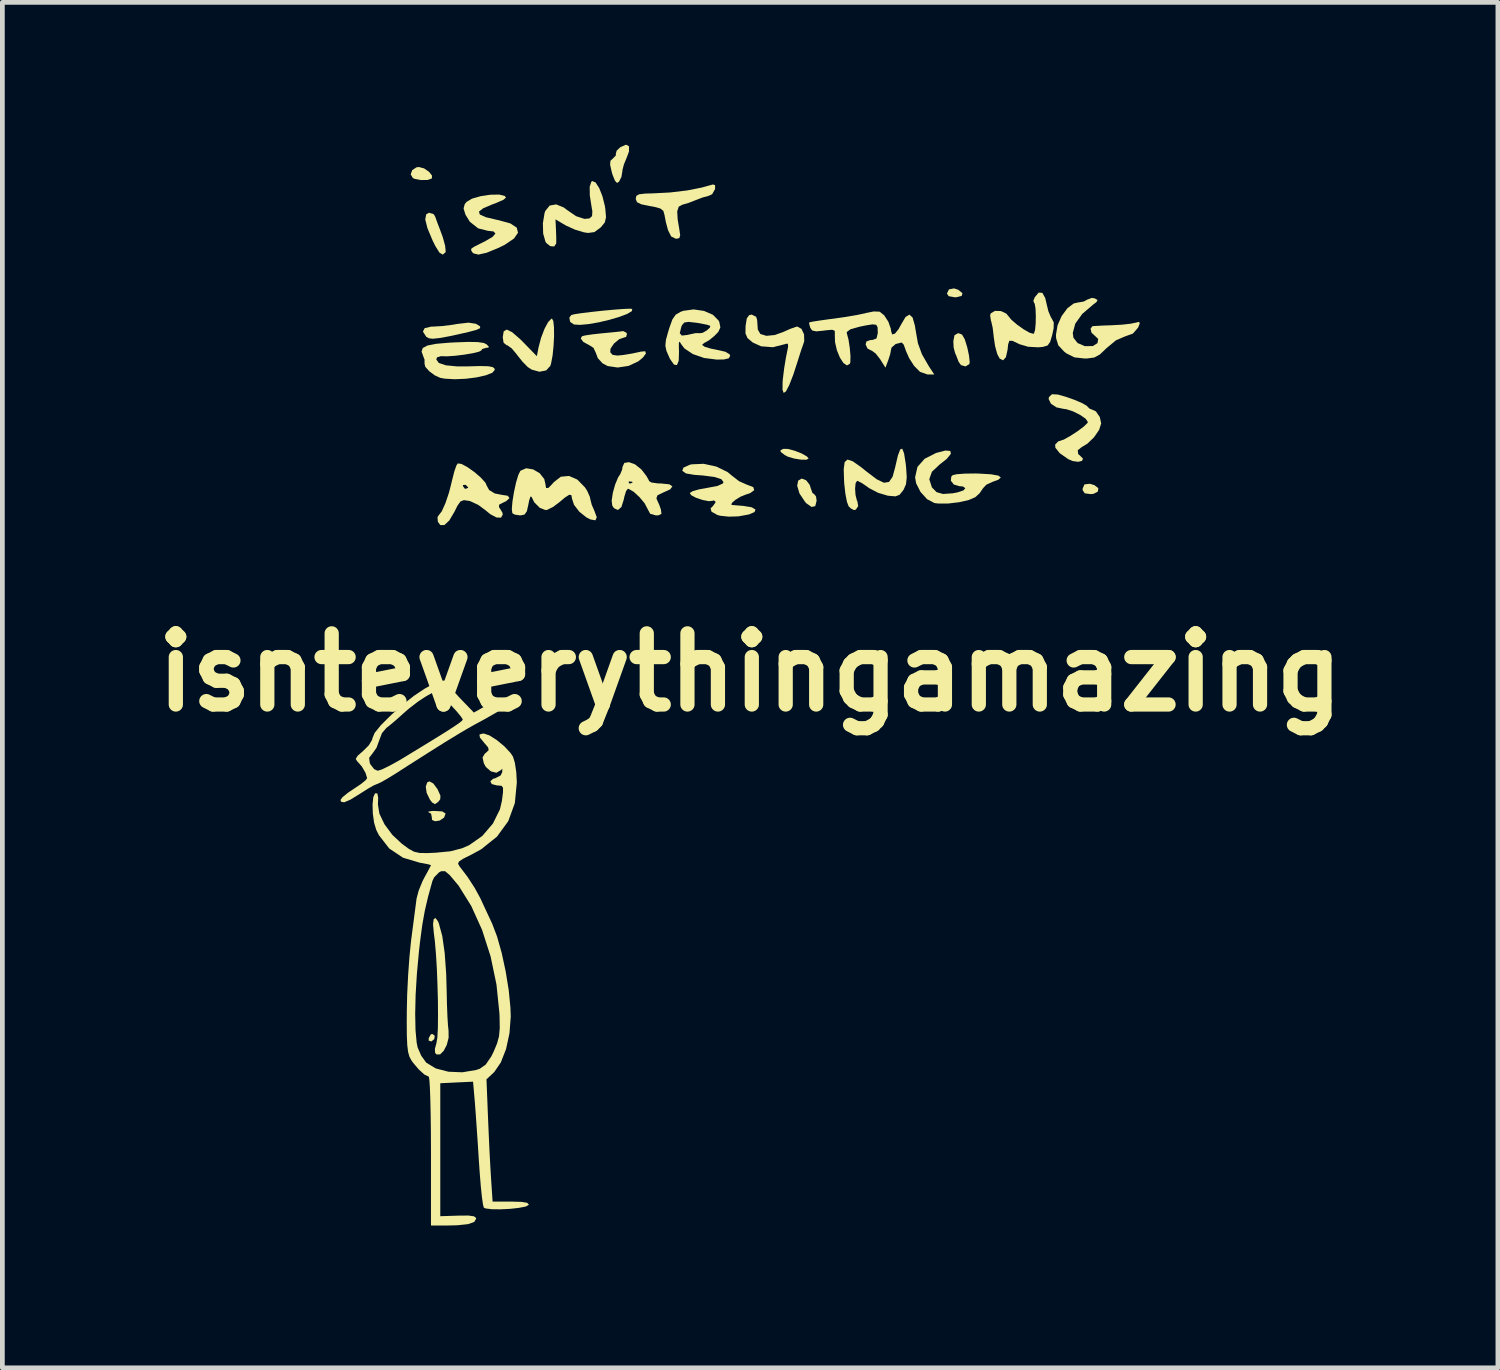
<source format=kicad_pcb>
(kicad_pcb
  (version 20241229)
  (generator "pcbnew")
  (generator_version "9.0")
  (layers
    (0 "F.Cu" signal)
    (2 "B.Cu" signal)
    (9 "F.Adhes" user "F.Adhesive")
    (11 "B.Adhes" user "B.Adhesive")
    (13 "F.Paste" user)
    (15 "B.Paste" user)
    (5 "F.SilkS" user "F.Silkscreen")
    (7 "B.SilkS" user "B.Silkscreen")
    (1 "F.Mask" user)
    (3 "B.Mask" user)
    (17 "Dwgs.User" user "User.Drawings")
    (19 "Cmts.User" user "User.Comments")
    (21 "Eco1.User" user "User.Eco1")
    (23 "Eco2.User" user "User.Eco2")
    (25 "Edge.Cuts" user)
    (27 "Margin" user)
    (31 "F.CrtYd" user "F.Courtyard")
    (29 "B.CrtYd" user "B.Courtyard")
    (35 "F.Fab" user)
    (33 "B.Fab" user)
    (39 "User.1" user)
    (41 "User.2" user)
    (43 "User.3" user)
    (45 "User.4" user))
  (footprint "isnteverythingamazing"
    (layer "F.Cu")
    (at 12.764 11.124)
    (property "Reference" "isnteverythingamazing" (at 0 0 0) (layer "F.SilkS") (effects (font (size 1.5 1.5) (thickness 0.3))))
    (attr board_only exclude_from_pos_files exclude_from_bom)
    (fp_poly (pts (xy -6.648 7.662) (xy -6.66 7.734) (xy -6.72 7.782) (xy -6.776 7.765) (xy -6.776 7.713) (xy -6.732 7.634) (xy -6.7 7.623)) (stroke (width 0) (type solid)) (fill yes) (layer "F.SilkS"))
    (fp_poly (pts (xy 4.388 -8.065) (xy 4.476 -7.993) (xy 4.46 -7.935) (xy 4.346 -7.907) (xy 4.317 -7.906) (xy 4.187 -7.93) (xy 4.149 -7.985) (xy 4.192 -8.073) (xy 4.299 -8.094)) (stroke (width 0) (type solid)) (fill yes) (layer "F.SilkS"))
    (fp_poly (pts (xy 7.257 -3.947) (xy 7.341 -3.882) (xy 7.332 -3.811) (xy 7.241 -3.763) (xy 7.177 -3.757) (xy 7.054 -3.774) (xy 7.011 -3.84) (xy 7.009 -3.869) (xy 7.048 -3.962) (xy 7.162 -3.975)) (stroke (width 0) (type solid)) (fill yes) (layer "F.SilkS"))
    (fp_poly (pts (xy -6.874 -10.624) (xy -6.77 -10.553) (xy -6.706 -10.472) (xy -6.71 -10.411) (xy -6.8 -10.38) (xy -6.94 -10.378) (xy -7.071 -10.403) (xy -7.109 -10.42) (xy -7.156 -10.498) (xy -7.124 -10.587) (xy -7.034 -10.646) (xy -6.983 -10.653)) (stroke (width 0) (type solid)) (fill yes) (layer "F.SilkS"))
    (fp_poly (pts (xy -6.679 2.344) (xy -6.595 2.456) (xy -6.585 2.474) (xy -6.529 2.6) (xy -6.533 2.676) (xy -6.576 2.732) (xy -6.644 2.779) (xy -6.704 2.744) (xy -6.75 2.684) (xy -6.819 2.543) (xy -6.838 2.41) (xy -6.807 2.319) (xy -6.758 2.299)) (stroke (width 0) (type solid)) (fill yes) (layer "F.SilkS"))
    (fp_poly (pts (xy -6.492 2.932) (xy -6.42 2.976) (xy -6.45 3.058) (xy -6.455 3.065) (xy -6.542 3.124) (xy -6.64 3.14) (xy -6.706 3.112) (xy -6.71 3.059) (xy -6.726 2.979) (xy -6.774 2.954) (xy -6.788 2.937) (xy -6.709 2.924) (xy -6.668 2.922)) (stroke (width 0) (type solid)) (fill yes) (layer "F.SilkS"))
    (fp_poly (pts (xy 0.799 -4.709) (xy 0.938 -4.672) (xy 1.084 -4.615) (xy 1.195 -4.553) (xy 1.234 -4.508) (xy 1.187 -4.482) (xy 1.072 -4.484) (xy 0.928 -4.507) (xy 0.794 -4.547) (xy 0.732 -4.58) (xy 0.643 -4.648) (xy 0.643 -4.685) (xy 0.705 -4.712)) (stroke (width 0) (type solid)) (fill yes) (layer "F.SilkS"))
    (fp_poly (pts (xy 1.181 -4.049) (xy 1.256 -3.953) (xy 1.28 -3.877) (xy 1.314 -3.782) (xy 1.35 -3.757) (xy 1.389 -3.709) (xy 1.402 -3.617) (xy 1.373 -3.504) (xy 1.296 -3.486) (xy 1.185 -3.564) (xy 1.159 -3.593) (xy 1.041 -3.77) (xy 0.992 -3.933) (xy 1.013 -4.042) (xy 1.088 -4.085)) (stroke (width 0) (type solid)) (fill yes) (layer "F.SilkS"))
    (fp_poly (pts (xy -6.672 -9.66) (xy -6.639 -9.606) (xy -6.589 -9.466) (xy -6.56 -9.392) (xy -6.48 -9.176) (xy -6.43 -8.995) (xy -6.418 -8.876) (xy -6.424 -8.853) (xy -6.481 -8.806) (xy -6.549 -8.848) (xy -6.635 -8.985) (xy -6.691 -9.097) (xy -6.803 -9.364) (xy -6.849 -9.548) (xy -6.829 -9.655) (xy -6.77 -9.689)) (stroke (width 0) (type solid)) (fill yes) (layer "F.SilkS"))
    (fp_poly (pts (xy 4.467 -7.121) (xy 4.525 -7.021) (xy 4.578 -6.85) (xy 4.615 -6.675) (xy 4.629 -6.544) (xy 4.623 -6.499) (xy 4.541 -6.449) (xy 4.445 -6.477) (xy 4.396 -6.546) (xy 4.344 -6.681) (xy 4.322 -6.729) (xy 4.291 -6.845) (xy 4.284 -6.981) (xy 4.308 -7.106) (xy 4.38 -7.148) (xy 4.395 -7.149)) (stroke (width 0) (type solid)) (fill yes) (layer "F.SilkS"))
    (fp_poly (pts (xy -2.484 -7.661) (xy -2.495 -7.613) (xy -2.594 -7.555) (xy -2.757 -7.493) (xy -2.962 -7.433) (xy -3.183 -7.38) (xy -3.4 -7.342) (xy -3.587 -7.325) (xy -3.715 -7.333) (xy -3.795 -7.389) (xy -3.811 -7.478) (xy -3.771 -7.532) (xy -3.696 -7.551) (xy -3.542 -7.574) (xy -3.335 -7.599) (xy -3.104 -7.624) (xy -2.875 -7.645) (xy -2.677 -7.66) (xy -2.537 -7.666)) (stroke (width 0) (type solid)) (fill yes) (layer "F.SilkS"))
    (fp_poly (pts (xy -2.553 -11.09) (xy -2.554 -10.979) (xy -2.599 -10.858) (xy -2.66 -10.709) (xy -2.691 -10.593) (xy -2.691 -10.579) (xy -2.713 -10.444) (xy -2.764 -10.343) (xy -2.807 -10.317) (xy -2.85 -10.366) (xy -2.9 -10.489) (xy -2.918 -10.55) (xy -2.952 -10.703) (xy -2.944 -10.786) (xy -2.891 -10.834) (xy -2.83 -10.898) (xy -2.831 -10.933) (xy -2.814 -10.997) (xy -2.737 -11.07) (xy -2.616 -11.124)) (stroke (width 0) (type solid)) (fill yes) (layer "F.SilkS"))
    (fp_poly (pts (xy -5.783 -7.348) (xy -5.766 -7.34) (xy -5.694 -7.294) (xy -5.691 -7.256) (xy -5.768 -7.22) (xy -5.937 -7.175) (xy -6.036 -7.152) (xy -6.336 -7.086) (xy -6.546 -7.048) (xy -6.685 -7.033) (xy -6.772 -7.042) (xy -6.825 -7.072) (xy -6.829 -7.076) (xy -6.898 -7.183) (xy -6.862 -7.255) (xy -6.726 -7.288) (xy -6.68 -7.289) (xy -6.492 -7.3) (xy -6.267 -7.328) (xy -6.171 -7.345) (xy -5.936 -7.372)) (stroke (width 0) (type solid)) (fill yes) (layer "F.SilkS"))
    (fp_poly (pts (xy -6.58 5.251) (xy -6.561 5.298) (xy -6.49 5.559) (xy -6.439 5.918) (xy -6.407 6.365) (xy -6.397 6.728) (xy -6.391 7.005) (xy -6.381 7.256) (xy -6.369 7.452) (xy -6.358 7.549) (xy -6.356 7.703) (xy -6.395 7.855) (xy -6.46 7.98) (xy -6.536 8.055) (xy -6.611 8.056) (xy -6.641 8.023) (xy -6.646 7.939) (xy -6.612 7.813) (xy -6.594 7.703) (xy -6.583 7.504) (xy -6.58 7.238) (xy -6.582 6.926) (xy -6.591 6.592) (xy -6.604 6.256) (xy -6.623 5.942) (xy -6.646 5.671) (xy -6.669 5.486) (xy -6.685 5.309) (xy -6.67 5.202) (xy -6.633 5.179)) (stroke (width 0) (type solid)) (fill yes) (layer "F.SilkS"))
    (fp_poly (pts (xy -4.149 -7.407) (xy -4.135 -7.274) (xy -4.133 -7.09) (xy -4.144 -6.882) (xy -4.164 -6.682) (xy -4.195 -6.517) (xy -4.211 -6.462) (xy -4.299 -6.365) (xy -4.442 -6.337) (xy -4.603 -6.381) (xy -4.687 -6.435) (xy -4.798 -6.548) (xy -4.916 -6.696) (xy -4.929 -6.714) (xy -5.028 -6.831) (xy -5.117 -6.894) (xy -5.134 -6.897) (xy -5.197 -6.947) (xy -5.215 -7.065) (xy -5.195 -7.189) (xy -5.131 -7.226) (xy -5.019 -7.172) (xy -4.852 -7.028) (xy -4.773 -6.949) (xy -4.496 -6.665) (xy -4.46 -6.851) (xy -4.407 -7.052) (xy -4.336 -7.239) (xy -4.259 -7.383) (xy -4.191 -7.454) (xy -4.177 -7.457)) (stroke (width 0) (type solid)) (fill yes) (layer "F.SilkS"))
    (fp_poly (pts (xy -2.61 -7.161) (xy -2.596 -7.135) (xy -2.614 -7.071) (xy -2.645 -7.063) (xy -2.76 -7.023) (xy -2.871 -6.931) (xy -2.943 -6.823) (xy -2.949 -6.749) (xy -2.9 -6.693) (xy -2.796 -6.678) (xy -2.676 -6.69) (xy -2.492 -6.72) (xy -2.332 -6.754) (xy -2.305 -6.761) (xy -2.211 -6.769) (xy -2.197 -6.721) (xy -2.26 -6.636) (xy -2.359 -6.555) (xy -2.563 -6.46) (xy -2.792 -6.426) (xy -3.003 -6.457) (xy -3.111 -6.514) (xy -3.211 -6.624) (xy -3.252 -6.734) (xy -3.302 -6.84) (xy -3.387 -6.895) (xy -3.515 -6.964) (xy -3.57 -7.037) (xy -3.545 -7.085) (xy -3.47 -7.104) (xy -3.316 -7.126) (xy -3.117 -7.148) (xy -3.116 -7.148) (xy -2.915 -7.167) (xy -2.757 -7.183) (xy -2.677 -7.194)) (stroke (width 0) (type solid)) (fill yes) (layer "F.SilkS"))
    (fp_poly (pts (xy -0.738 -10.27) (xy -0.739 -10.194) (xy -0.739 -10.189) (xy -0.8 -10.08) (xy -0.869 -10.047) (xy -1.001 -10.011) (xy -1.149 -9.954) (xy -1.304 -9.894) (xy -1.43 -9.858) (xy -1.505 -9.817) (xy -1.537 -9.718) (xy -1.527 -9.544) (xy -1.494 -9.35) (xy -1.474 -9.212) (xy -1.494 -9.153) (xy -1.563 -9.14) (xy -1.664 -9.188) (xy -1.731 -9.322) (xy -1.777 -9.495) (xy -1.805 -9.644) (xy -1.83 -9.729) (xy -1.896 -9.78) (xy -2.033 -9.816) (xy -2.117 -9.83) (xy -2.294 -9.867) (xy -2.384 -9.911) (xy -2.411 -9.977) (xy -2.411 -9.985) (xy -2.398 -10.045) (xy -2.341 -10.078) (xy -2.215 -10.093) (xy -2.061 -10.097) (xy -1.69 -10.116) (xy -1.327 -10.159) (xy -1.015 -10.221) (xy -0.908 -10.251) (xy -0.784 -10.285)) (stroke (width 0) (type solid)) (fill yes) (layer "F.SilkS"))
    (fp_poly (pts (xy -5.174 -10.044) (xy -5.147 -10.008) (xy -5.199 -9.963) (xy -5.342 -9.9) (xy -5.43 -9.867) (xy -5.626 -9.784) (xy -5.716 -9.714) (xy -5.699 -9.652) (xy -5.573 -9.595) (xy -5.336 -9.539) (xy -5.301 -9.532) (xy -5.055 -9.464) (xy -4.92 -9.375) (xy -4.893 -9.268) (xy -4.976 -9.147) (xy -5.168 -9.016) (xy -5.305 -8.948) (xy -5.556 -8.845) (xy -5.728 -8.807) (xy -5.833 -8.832) (xy -5.862 -8.863) (xy -5.883 -8.902) (xy -5.876 -8.933) (xy -5.818 -8.972) (xy -5.69 -9.037) (xy -5.595 -9.084) (xy -5.431 -9.179) (xy -5.369 -9.251) (xy -5.41 -9.295) (xy -5.528 -9.308) (xy -5.734 -9.36) (xy -5.909 -9.499) (xy -6.001 -9.648) (xy -6.041 -9.779) (xy -6.017 -9.869) (xy -5.977 -9.918) (xy -5.863 -9.986) (xy -5.681 -10.038) (xy -5.474 -10.069) (xy -5.288 -10.072)) (stroke (width 0) (type solid)) (fill yes) (layer "F.SilkS"))
    (fp_poly (pts (xy -3.258 -10.327) (xy -3.183 -10.212) (xy -3.114 -10.038) (xy -3.062 -9.831) (xy -3.052 -9.764) (xy -3.038 -9.594) (xy -3.063 -9.485) (xy -3.141 -9.389) (xy -3.16 -9.371) (xy -3.284 -9.281) (xy -3.417 -9.263) (xy -3.503 -9.276) (xy -3.69 -9.332) (xy -3.882 -9.419) (xy -3.903 -9.431) (xy -4.103 -9.549) (xy -4.093 -9.33) (xy -4.087 -9.171) (xy -4.087 -9.055) (xy -4.088 -9.041) (xy -4.13 -8.978) (xy -4.214 -8.984) (xy -4.298 -9.053) (xy -4.315 -9.08) (xy -4.363 -9.249) (xy -4.369 -9.468) (xy -4.334 -9.68) (xy -4.319 -9.725) (xy -4.227 -9.84) (xy -4.089 -9.865) (xy -3.927 -9.799) (xy -3.863 -9.75) (xy -3.67 -9.617) (xy -3.492 -9.559) (xy -3.388 -9.569) (xy -3.332 -9.618) (xy -3.326 -9.72) (xy -3.341 -9.806) (xy -3.38 -10.055) (xy -3.382 -10.24) (xy -3.347 -10.344) (xy -3.328 -10.357)) (stroke (width 0) (type solid)) (fill yes) (layer "F.SilkS"))
    (fp_poly (pts (xy 0.127 -7.496) (xy 0.148 -7.429) (xy 0.158 -7.286) (xy 0.162 -7.225) (xy 0.216 -7.133) (xy 0.343 -7.094) (xy 0.52 -7.111) (xy 0.696 -7.175) (xy 0.851 -7.243) (xy 0.968 -7.284) (xy 0.997 -7.289) (xy 1.083 -7.241) (xy 1.137 -7.125) (xy 1.141 -6.986) (xy 1.129 -6.942) (xy 1.08 -6.803) (xy 1.023 -6.625) (xy 1.012 -6.588) (xy 0.911 -6.277) (xy 0.824 -6.054) (xy 0.756 -5.924) (xy 0.708 -5.89) (xy 0.683 -5.956) (xy 0.685 -6.125) (xy 0.69 -6.182) (xy 0.718 -6.411) (xy 0.756 -6.642) (xy 0.772 -6.718) (xy 0.801 -6.865) (xy 0.797 -6.927) (xy 0.754 -6.926) (xy 0.736 -6.919) (xy 0.481 -6.854) (xy 0.232 -6.873) (xy 0.056 -6.953) (xy -0.055 -7.046) (xy -0.098 -7.145) (xy -0.096 -7.3) (xy -0.095 -7.309) (xy -0.07 -7.462) (xy -0.021 -7.53) (xy 0.033 -7.542)) (stroke (width 0) (type solid)) (fill yes) (layer "F.SilkS"))
    (fp_poly (pts (xy 6.489 -5.856) (xy 6.659 -5.808) (xy 6.839 -5.744) (xy 6.996 -5.677) (xy 7.098 -5.619) (xy 7.121 -5.593) (xy 7.165 -5.553) (xy 7.181 -5.551) (xy 7.289 -5.502) (xy 7.372 -5.382) (xy 7.401 -5.249) (xy 7.358 -5.112) (xy 7.251 -4.956) (xy 7.11 -4.82) (xy 6.993 -4.75) (xy 6.907 -4.682) (xy 6.917 -4.601) (xy 6.953 -4.57) (xy 7.018 -4.504) (xy 6.997 -4.458) (xy 6.917 -4.438) (xy 6.802 -4.454) (xy 6.707 -4.494) (xy 6.526 -4.621) (xy 6.435 -4.735) (xy 6.431 -4.802) (xy 6.498 -4.871) (xy 6.529 -4.878) (xy 6.615 -4.908) (xy 6.748 -4.982) (xy 6.896 -5.078) (xy 7.028 -5.176) (xy 7.109 -5.253) (xy 7.121 -5.277) (xy 7.074 -5.346) (xy 6.957 -5.427) (xy 6.809 -5.501) (xy 6.667 -5.547) (xy 6.616 -5.553) (xy 6.46 -5.585) (xy 6.342 -5.663) (xy 6.293 -5.762) (xy 6.3 -5.802) (xy 6.363 -5.863)) (stroke (width 0) (type solid)) (fill yes) (layer "F.SilkS"))
    (fp_poly (pts (xy 3.245 -4.618) (xy 3.279 -4.409) (xy 3.288 -4.329) (xy 3.302 -4.112) (xy 3.286 -3.965) (xy 3.235 -3.849) (xy 3.226 -3.837) (xy 3.151 -3.743) (xy 3.064 -3.71) (xy 2.919 -3.722) (xy 2.898 -3.725) (xy 2.697 -3.785) (xy 2.508 -3.884) (xy 2.487 -3.9) (xy 2.361 -3.987) (xy 2.27 -4.034) (xy 2.256 -4.037) (xy 2.224 -3.989) (xy 2.213 -3.875) (xy 2.222 -3.739) (xy 2.251 -3.624) (xy 2.262 -3.603) (xy 2.278 -3.504) (xy 2.229 -3.43) (xy 2.19 -3.42) (xy 2.12 -3.458) (xy 2.076 -3.502) (xy 2.041 -3.595) (xy 2.008 -3.766) (xy 1.984 -3.983) (xy 1.981 -4.035) (xy 1.973 -4.284) (xy 1.993 -4.432) (xy 2.053 -4.486) (xy 2.164 -4.449) (xy 2.337 -4.327) (xy 2.457 -4.231) (xy 2.669 -4.07) (xy 2.822 -3.997) (xy 2.929 -4.014) (xy 3.003 -4.122) (xy 3.059 -4.325) (xy 3.06 -4.333) (xy 3.116 -4.572) (xy 3.164 -4.699) (xy 3.207 -4.715)) (stroke (width 0) (type solid)) (fill yes) (layer "F.SilkS"))
    (fp_poly (pts (xy -5.739 -6.962) (xy -5.612 -6.943) (xy -5.553 -6.913) (xy -5.502 -6.856) (xy -5.546 -6.841) (xy -5.567 -6.841) (xy -5.649 -6.816) (xy -5.663 -6.789) (xy -5.714 -6.76) (xy -5.844 -6.728) (xy -6.022 -6.698) (xy -6.215 -6.674) (xy -6.39 -6.662) (xy -6.517 -6.665) (xy -6.518 -6.665) (xy -6.601 -6.64) (xy -6.616 -6.596) (xy -6.563 -6.522) (xy -6.411 -6.472) (xy -6.17 -6.449) (xy -5.955 -6.45) (xy -5.692 -6.457) (xy -5.522 -6.453) (xy -5.426 -6.435) (xy -5.387 -6.402) (xy -5.383 -6.377) (xy -5.434 -6.316) (xy -5.571 -6.262) (xy -5.767 -6.218) (xy -5.994 -6.189) (xy -6.227 -6.179) (xy -6.438 -6.191) (xy -6.532 -6.208) (xy -6.649 -6.261) (xy -6.765 -6.348) (xy -6.848 -6.441) (xy -6.865 -6.51) (xy -6.864 -6.511) (xy -6.864 -6.593) (xy -6.89 -6.66) (xy -6.926 -6.763) (xy -6.901 -6.838) (xy -6.802 -6.89) (xy -6.618 -6.926) (xy -6.336 -6.95) (xy -6.24 -6.955) (xy -5.942 -6.966)) (stroke (width 0) (type solid)) (fill yes) (layer "F.SilkS"))
    (fp_poly (pts (xy 4.221 -4.667) (xy 4.232 -4.606) (xy 4.146 -4.5) (xy 3.998 -4.383) (xy 3.833 -4.229) (xy 3.777 -4.072) (xy 3.83 -3.906) (xy 3.837 -3.894) (xy 3.932 -3.798) (xy 4.066 -3.76) (xy 4.268 -3.774) (xy 4.367 -3.792) (xy 4.497 -3.835) (xy 4.538 -3.883) (xy 4.485 -3.918) (xy 4.408 -3.925) (xy 4.295 -3.959) (xy 4.232 -4.039) (xy 4.24 -4.125) (xy 4.273 -4.158) (xy 4.36 -4.177) (xy 4.527 -4.189) (xy 4.744 -4.192) (xy 4.822 -4.19) (xy 5.078 -4.175) (xy 5.234 -4.147) (xy 5.285 -4.108) (xy 5.231 -4.059) (xy 5.108 -4.015) (xy 4.978 -3.954) (xy 4.906 -3.876) (xy 4.906 -3.875) (xy 4.839 -3.776) (xy 4.747 -3.692) (xy 4.61 -3.633) (xy 4.405 -3.586) (xy 4.177 -3.559) (xy 3.969 -3.558) (xy 3.885 -3.569) (xy 3.731 -3.65) (xy 3.593 -3.802) (xy 3.5 -3.985) (xy 3.478 -4.111) (xy 3.528 -4.331) (xy 3.679 -4.502) (xy 3.921 -4.625) (xy 4.117 -4.676)) (stroke (width 0) (type solid)) (fill yes) (layer "F.SilkS"))
    (fp_poly (pts (xy -4.574 -4.278) (xy -4.435 -4.196) (xy -4.34 -4.075) (xy -4.317 -3.977) (xy -4.302 -3.885) (xy -4.25 -3.889) (xy -4.154 -3.99) (xy -4.139 -4.009) (xy -3.991 -4.124) (xy -3.818 -4.14) (xy -3.642 -4.063) (xy -3.481 -3.898) (xy -3.434 -3.825) (xy -3.38 -3.703) (xy -3.364 -3.631) (xy -3.339 -3.533) (xy -3.285 -3.41) (xy -3.233 -3.269) (xy -3.261 -3.205) (xy -3.366 -3.223) (xy -3.448 -3.264) (xy -3.6 -3.385) (xy -3.713 -3.532) (xy -3.755 -3.659) (xy -3.768 -3.735) (xy -3.813 -3.744) (xy -3.908 -3.682) (xy -4.018 -3.589) (xy -4.156 -3.486) (xy -4.277 -3.426) (xy -4.311 -3.42) (xy -4.435 -3.468) (xy -4.551 -3.585) (xy -4.609 -3.701) (xy -4.632 -3.704) (xy -4.66 -3.617) (xy -4.673 -3.546) (xy -4.707 -3.395) (xy -4.757 -3.325) (xy -4.845 -3.308) (xy -4.847 -3.308) (xy -4.963 -3.325) (xy -5.013 -3.355) (xy -5.024 -3.444) (xy -5.01 -3.605) (xy -4.978 -3.802) (xy -4.935 -3.999) (xy -4.887 -4.16) (xy -4.843 -4.249) (xy -4.721 -4.302)) (stroke (width 0) (type solid)) (fill yes) (layer "F.SilkS"))
    (fp_poly (pts (xy 6.161 -8) (xy 6.222 -7.89) (xy 6.247 -7.781) (xy 6.288 -7.612) (xy 6.343 -7.482) (xy 6.359 -7.459) (xy 6.401 -7.377) (xy 6.399 -7.255) (xy 6.371 -7.121) (xy 6.326 -6.967) (xy 6.271 -6.89) (xy 6.17 -6.86) (xy 6.073 -6.852) (xy 5.86 -6.864) (xy 5.673 -6.919) (xy 5.669 -6.922) (xy 5.532 -6.988) (xy 5.465 -6.99) (xy 5.439 -6.911) (xy 5.428 -6.803) (xy 5.393 -6.644) (xy 5.333 -6.578) (xy 5.262 -6.614) (xy 5.21 -6.71) (xy 5.165 -6.875) (xy 5.136 -7.069) (xy 5.134 -7.093) (xy 5.114 -7.262) (xy 5.084 -7.395) (xy 5.077 -7.413) (xy 5.06 -7.523) (xy 5.073 -7.567) (xy 5.162 -7.62) (xy 5.289 -7.616) (xy 5.402 -7.562) (xy 5.434 -7.523) (xy 5.508 -7.433) (xy 5.63 -7.328) (xy 5.769 -7.23) (xy 5.893 -7.159) (xy 5.974 -7.137) (xy 5.983 -7.142) (xy 6.007 -7.215) (xy 6.02 -7.352) (xy 6.023 -7.515) (xy 6.017 -7.667) (xy 6 -7.771) (xy 5.984 -7.794) (xy 5.971 -7.834) (xy 6 -7.906) (xy 6.083 -8.006)) (stroke (width 0) (type solid)) (fill yes) (layer "F.SilkS"))
    (fp_poly (pts (xy 7.267 -7.883) (xy 7.325 -7.849) (xy 7.3 -7.804) (xy 7.232 -7.753) (xy 7.002 -7.556) (xy 6.855 -7.351) (xy 6.802 -7.154) (xy 6.816 -7.054) (xy 6.904 -6.942) (xy 7.055 -6.877) (xy 7.223 -6.878) (xy 7.227 -6.879) (xy 7.324 -6.941) (xy 7.338 -7.028) (xy 7.264 -7.099) (xy 7.261 -7.101) (xy 7.196 -7.162) (xy 7.177 -7.246) (xy 7.217 -7.297) (xy 7.219 -7.298) (xy 7.293 -7.303) (xy 7.445 -7.311) (xy 7.626 -7.317) (xy 7.837 -7.329) (xy 8.019 -7.349) (xy 8.117 -7.369) (xy 8.203 -7.389) (xy 8.213 -7.35) (xy 8.178 -7.266) (xy 8.07 -7.141) (xy 7.915 -7.086) (xy 7.713 -7) (xy 7.512 -6.833) (xy 7.374 -6.701) (xy 7.256 -6.637) (xy 7.108 -6.617) (xy 7.05 -6.616) (xy 6.836 -6.64) (xy 6.667 -6.725) (xy 6.621 -6.761) (xy 6.497 -6.894) (xy 6.451 -7.043) (xy 6.448 -7.115) (xy 6.481 -7.315) (xy 6.568 -7.512) (xy 6.689 -7.676) (xy 6.822 -7.776) (xy 6.898 -7.794) (xy 7.033 -7.817) (xy 7.106 -7.857) (xy 7.206 -7.894)) (stroke (width 0) (type solid)) (fill yes) (layer "F.SilkS"))
    (fp_poly (pts (xy -2.429 -4.386) (xy -2.298 -4.282) (xy -2.276 -4.257) (xy -2.184 -4.136) (xy -2.134 -4.047) (xy -2.131 -4.033) (xy -2.081 -4.002) (xy -1.953 -3.984) (xy -1.874 -3.981) (xy -1.703 -3.964) (xy -1.639 -3.92) (xy -1.684 -3.858) (xy -1.836 -3.789) (xy -1.954 -3.732) (xy -1.976 -3.668) (xy -1.966 -3.645) (xy -1.912 -3.522) (xy -1.881 -3.434) (xy -1.869 -3.341) (xy -1.932 -3.31) (xy -1.986 -3.308) (xy -2.107 -3.342) (xy -2.164 -3.449) (xy -2.223 -3.562) (xy -2.331 -3.692) (xy -2.453 -3.805) (xy -2.558 -3.866) (xy -2.579 -3.869) (xy -2.616 -3.819) (xy -2.653 -3.696) (xy -2.663 -3.645) (xy -2.713 -3.486) (xy -2.786 -3.422) (xy -2.868 -3.459) (xy -2.906 -3.514) (xy -2.919 -3.618) (xy -2.895 -3.782) (xy -2.845 -3.961) (xy -2.821 -4.018) (xy -2.561 -4.018) (xy -2.553 -3.985) (xy -2.523 -3.981) (xy -2.477 -4.002) (xy -2.486 -4.018) (xy -2.552 -4.025) (xy -2.561 -4.018) (xy -2.821 -4.018) (xy -2.781 -4.114) (xy -2.74 -4.174) (xy -2.698 -4.273) (xy -2.691 -4.329) (xy -2.653 -4.414) (xy -2.556 -4.431)) (stroke (width 0) (type solid)) (fill yes) (layer "F.SilkS"))
    (fp_poly (pts (xy -6.086 -4.394) (xy -5.96 -4.326) (xy -5.814 -4.223) (xy -5.678 -4.106) (xy -5.581 -3.999) (xy -5.551 -3.932) (xy -5.502 -3.843) (xy -5.384 -3.771) (xy -5.241 -3.743) (xy -5.108 -3.722) (xy -5.074 -3.671) (xy -5.144 -3.608) (xy -5.192 -3.586) (xy -5.292 -3.534) (xy -5.294 -3.48) (xy -5.28 -3.463) (xy -5.221 -3.364) (xy -5.215 -3.325) (xy -5.252 -3.26) (xy -5.348 -3.265) (xy -5.48 -3.335) (xy -5.576 -3.415) (xy -5.732 -3.53) (xy -5.897 -3.607) (xy -5.927 -3.615) (xy -6.034 -3.63) (xy -6.105 -3.603) (xy -6.169 -3.514) (xy -6.235 -3.382) (xy -6.343 -3.2) (xy -6.446 -3.105) (xy -6.533 -3.105) (xy -6.583 -3.175) (xy -6.591 -3.271) (xy -6.57 -3.304) (xy -6.501 -3.394) (xy -6.423 -3.567) (xy -6.347 -3.793) (xy -6.313 -3.928) (xy -6.056 -3.928) (xy -6.015 -3.871) (xy -6 -3.869) (xy -5.945 -3.888) (xy -5.943 -3.894) (xy -5.983 -3.941) (xy -6 -3.953) (xy -6.051 -3.949) (xy -6.056 -3.928) (xy -6.313 -3.928) (xy -6.284 -4.046) (xy -6.283 -4.05) (xy -6.238 -4.229) (xy -6.193 -4.359) (xy -6.164 -4.404)) (stroke (width 0) (type solid)) (fill yes) (layer "F.SilkS"))
    (fp_poly (pts (xy -0.709 -4.337) (xy -0.472 -4.22) (xy -0.383 -4.145) (xy -0.234 -4.03) (xy -0.071 -3.957) (xy -0.058 -3.953) (xy 0.068 -3.903) (xy 0.086 -3.84) (xy -0.00018 -3.777) (xy -0.095 -3.746) (xy -0.203 -3.702) (xy -0.309 -3.637) (xy -0.383 -3.573) (xy -0.396 -3.533) (xy -0.385 -3.529) (xy -0.321 -3.523) (xy -0.189 -3.512) (xy -0.153 -3.51) (xy 0.032 -3.48) (xy 0.113 -3.433) (xy 0.094 -3.38) (xy -0.022 -3.329) (xy -0.229 -3.291) (xy -0.252 -3.288) (xy -0.451 -3.282) (xy -0.63 -3.301) (xy -0.687 -3.316) (xy -0.814 -3.386) (xy -0.833 -3.458) (xy -0.785 -3.504) (xy -0.731 -3.579) (xy -0.729 -3.595) (xy -0.763 -3.626) (xy -0.784 -3.617) (xy -0.869 -3.608) (xy -1 -3.633) (xy -1.138 -3.679) (xy -1.241 -3.733) (xy -1.273 -3.78) (xy -1.211 -3.819) (xy -1.07 -3.859) (xy -0.907 -3.888) (xy -0.686 -3.93) (xy -0.575 -3.981) (xy -0.561 -4.011) (xy -0.607 -4.072) (xy -0.751 -4.118) (xy -0.998 -4.15) (xy -1.177 -4.163) (xy -1.352 -4.193) (xy -1.43 -4.248) (xy -1.407 -4.314) (xy -1.28 -4.373) (xy -1.234 -4.385) (xy -0.979 -4.396)) (stroke (width 0) (type solid)) (fill yes) (layer "F.SilkS"))
    (fp_poly (pts (xy -0.972 -7.619) (xy -0.785 -7.538) (xy -0.664 -7.416) (xy -0.649 -7.383) (xy -0.627 -7.271) (xy -0.671 -7.176) (xy -0.75 -7.095) (xy -0.863 -7.002) (xy -0.947 -6.954) (xy -0.956 -6.953) (xy -1.008 -6.911) (xy -1.009 -6.901) (xy -0.959 -6.864) (xy -0.83 -6.825) (xy -0.715 -6.802) (xy -0.52 -6.758) (xy -0.429 -6.701) (xy -0.421 -6.672) (xy -0.45 -6.62) (xy -0.551 -6.596) (xy -0.701 -6.593) (xy -0.97 -6.627) (xy -1.208 -6.71) (xy -1.385 -6.828) (xy -1.45 -6.914) (xy -1.486 -6.971) (xy -1.502 -6.948) (xy -1.502 -6.832) (xy -1.499 -6.762) (xy -1.505 -6.57) (xy -1.543 -6.477) (xy -1.605 -6.487) (xy -1.687 -6.604) (xy -1.703 -6.637) (xy -1.763 -6.774) (xy -1.787 -6.885) (xy -1.775 -7.007) (xy -1.736 -7.151) (xy -1.483 -7.151) (xy -1.441 -7.099) (xy -1.315 -7.114) (xy -1.281 -7.123) (xy -1.149 -7.151) (xy -1.068 -7.15) (xy -1.066 -7.149) (xy -1.002 -7.157) (xy -0.915 -7.207) (xy -0.848 -7.267) (xy -0.841 -7.305) (xy -0.909 -7.328) (xy -1.048 -7.356) (xy -1.136 -7.37) (xy -1.299 -7.388) (xy -1.387 -7.375) (xy -1.435 -7.32) (xy -1.452 -7.279) (xy -1.483 -7.151) (xy -1.736 -7.151) (xy -1.727 -7.182) (xy -1.702 -7.264) (xy -1.638 -7.441) (xy -1.568 -7.541) (xy -1.466 -7.6) (xy -1.408 -7.621) (xy -1.191 -7.651)) (stroke (width 0) (type solid)) (fill yes) (layer "F.SilkS"))
    (fp_poly (pts (xy 2.73 -7.603) (xy 2.733 -7.602) (xy 2.827 -7.526) (xy 2.915 -7.39) (xy 2.967 -7.241) (xy 2.972 -7.194) (xy 2.995 -7.123) (xy 3.054 -7.141) (xy 3.131 -7.237) (xy 3.182 -7.331) (xy 3.277 -7.492) (xy 3.359 -7.541) (xy 3.425 -7.48) (xy 3.474 -7.31) (xy 3.489 -7.214) (xy 3.538 -6.937) (xy 3.622 -6.706) (xy 3.763 -6.461) (xy 3.78 -6.434) (xy 3.882 -6.28) (xy 3.738 -6.28) (xy 3.582 -6.334) (xy 3.456 -6.462) (xy 3.354 -6.621) (xy 3.285 -6.776) (xy 3.278 -6.799) (xy 3.237 -6.91) (xy 3.195 -6.953) (xy 3.069 -6.922) (xy 2.984 -6.85) (xy 2.972 -6.81) (xy 2.953 -6.706) (xy 2.912 -6.58) (xy 2.853 -6.423) (xy 2.739 -6.604) (xy 2.647 -6.721) (xy 2.565 -6.782) (xy 2.552 -6.785) (xy 2.475 -6.826) (xy 2.435 -6.912) (xy 2.452 -6.975) (xy 2.531 -7.004) (xy 2.589 -7.009) (xy 2.665 -7.04) (xy 2.691 -7.15) (xy 2.691 -7.177) (xy 2.687 -7.275) (xy 2.659 -7.326) (xy 2.583 -7.336) (xy 2.436 -7.313) (xy 2.298 -7.284) (xy 2.113 -7.231) (xy 2.038 -7.174) (xy 2.038 -7.151) (xy 2.074 -7.015) (xy 2.101 -6.839) (xy 2.116 -6.666) (xy 2.113 -6.539) (xy 2.103 -6.505) (xy 2.04 -6.47) (xy 1.966 -6.522) (xy 1.892 -6.637) (xy 1.829 -6.791) (xy 1.79 -6.961) (xy 1.785 -7.123) (xy 1.787 -7.139) (xy 1.784 -7.2) (xy 1.731 -7.222) (xy 1.601 -7.211) (xy 1.554 -7.204) (xy 1.393 -7.188) (xy 1.308 -7.207) (xy 1.268 -7.264) (xy 1.244 -7.353) (xy 1.247 -7.377) (xy 1.306 -7.391) (xy 1.451 -7.414) (xy 1.655 -7.443) (xy 1.767 -7.457) (xy 2.017 -7.493) (xy 2.246 -7.532) (xy 2.414 -7.567) (xy 2.452 -7.577) (xy 2.607 -7.608)) (stroke (width 0) (type solid)) (fill yes) (layer "F.SilkS"))
    (fp_poly (pts (xy -6.392 0.214) (xy -6.356 0.273) (xy -6.26 0.389) (xy -6.125 0.536) (xy -6.108 0.553) (xy -5.824 0.848) (xy -5.517 0.675) (xy -5.314 0.575) (xy -5.174 0.538) (xy -5.131 0.546) (xy -5.083 0.592) (xy -5.096 0.652) (xy -5.178 0.733) (xy -5.339 0.841) (xy -5.588 0.983) (xy -5.802 1.099) (xy -5.964 1.19) (xy -6.174 1.315) (xy -6.444 1.48) (xy -6.782 1.693) (xy -7.199 1.958) (xy -7.446 2.117) (xy -7.627 2.229) (xy -7.773 2.313) (xy -7.858 2.353) (xy -7.866 2.355) (xy -7.935 2.384) (xy -8.067 2.459) (xy -8.211 2.551) (xy -8.422 2.682) (xy -8.557 2.74) (xy -8.624 2.729) (xy -8.635 2.689) (xy -8.591 2.63) (xy -8.477 2.538) (xy -8.355 2.456) (xy -8.204 2.355) (xy -8.102 2.271) (xy -8.074 2.231) (xy -8.108 2.12) (xy -8.186 1.985) (xy -8.276 1.882) (xy -8.283 1.877) (xy -8.315 1.827) (xy -8.3 1.802) (xy -8.032 1.802) (xy -8.019 1.909) (xy -8.005 1.94) (xy -7.927 2.041) (xy -7.85 2.075) (xy -7.762 2.047) (xy -7.607 1.972) (xy -7.411 1.864) (xy -7.312 1.805) (xy -6.923 1.568) (xy -6.621 1.383) (xy -6.395 1.242) (xy -6.236 1.139) (xy -6.133 1.068) (xy -6.077 1.023) (xy -6.058 0.997) (xy -6.057 0.995) (xy -6.093 0.937) (xy -6.187 0.823) (xy -6.321 0.677) (xy -6.332 0.667) (xy -6.607 0.38) (xy -6.834 0.507) (xy -7.007 0.621) (xy -7.202 0.772) (xy -7.307 0.864) (xy -7.462 1.003) (xy -7.601 1.12) (xy -7.669 1.173) (xy -7.762 1.283) (xy -7.818 1.431) (xy -7.876 1.59) (xy -7.959 1.708) (xy -8.032 1.802) (xy -8.3 1.802) (xy -8.275 1.76) (xy -8.161 1.66) (xy -8.039 1.539) (xy -7.969 1.423) (xy -7.962 1.388) (xy -7.916 1.277) (xy -7.781 1.111) (xy -7.561 0.893) (xy -7.312 0.673) (xy -7.086 0.495) (xy -6.867 0.348) (xy -6.672 0.239) (xy -6.516 0.178) (xy -6.418 0.173)) (stroke (width 0) (type solid)) (fill yes) (layer "F.SilkS"))
    (fp_poly (pts (xy -5.497 1.329) (xy -5.341 1.428) (xy -5.18 1.561) (xy -5.049 1.702) (xy -4.999 1.778) (xy -4.96 1.906) (xy -4.93 2.103) (xy -4.918 2.32) (xy -4.96 2.757) (xy -5.099 3.138) (xy -5.336 3.463) (xy -5.667 3.729) (xy -5.873 3.842) (xy -6.048 3.929) (xy -6.137 3.988) (xy -6.157 4.036) (xy -6.124 4.093) (xy -6.111 4.11) (xy -5.956 4.314) (xy -5.804 4.549) (xy -5.689 4.76) (xy -5.686 4.766) (xy -5.613 4.924) (xy -5.516 5.132) (xy -5.438 5.299) (xy -5.335 5.569) (xy -5.237 5.917) (xy -5.153 6.306) (xy -5.089 6.702) (xy -5.053 7.07) (xy -5.046 7.255) (xy -5.073 7.608) (xy -5.145 7.941) (xy -5.255 8.223) (xy -5.394 8.427) (xy -5.414 8.446) (xy -5.558 8.58) (xy -5.525 9.406) (xy -5.51 9.748) (xy -5.494 10.096) (xy -5.477 10.413) (xy -5.462 10.662) (xy -5.46 10.695) (xy -5.429 11.158) (xy -5.037 11.158) (xy -4.82 11.164) (xy -4.701 11.183) (xy -4.666 11.219) (xy -4.668 11.228) (xy -4.73 11.262) (xy -4.872 11.29) (xy -5.06 11.311) (xy -5.262 11.321) (xy -5.444 11.319) (xy -5.574 11.303) (xy -5.614 11.286) (xy -5.632 11.217) (xy -5.655 11.056) (xy -5.679 10.822) (xy -5.702 10.533) (xy -5.719 10.288) (xy -5.741 9.941) (xy -5.764 9.605) (xy -5.785 9.307) (xy -5.802 9.076) (xy -5.81 8.983) (xy -5.841 8.63) (xy -6.187 8.646) (xy -6.532 8.663) (xy -6.532 10.065) (xy -6.532 11.466) (xy -6.154 11.454) (xy -5.941 11.452) (xy -5.822 11.468) (xy -5.777 11.504) (xy -5.775 11.517) (xy -5.816 11.587) (xy -5.945 11.633) (xy -6.17 11.657) (xy -6.378 11.662) (xy -6.728 11.663) (xy -6.728 10.093) (xy -6.73 9.686) (xy -6.735 9.319) (xy -6.742 9.005) (xy -6.751 8.758) (xy -6.762 8.593) (xy -6.774 8.524) (xy -6.776 8.523) (xy -6.865 8.481) (xy -6.985 8.373) (xy -7.107 8.229) (xy -7.145 8.174) (xy -7.184 8.099) (xy -7.211 8) (xy -7.228 7.859) (xy -7.237 7.655) (xy -7.239 7.37) (xy -7.238 7.205) (xy -7.061 7.205) (xy -7.054 7.546) (xy -7.03 7.806) (xy -7.009 7.91) (xy -6.934 8.082) (xy -6.831 8.225) (xy -6.825 8.231) (xy -6.626 8.351) (xy -6.361 8.42) (xy -6.067 8.432) (xy -5.779 8.384) (xy -5.7 8.358) (xy -5.574 8.269) (xy -5.455 8.095) (xy -5.404 7.991) (xy -5.334 7.822) (xy -5.294 7.673) (xy -5.278 7.502) (xy -5.282 7.271) (xy -5.285 7.191) (xy -5.347 6.584) (xy -5.471 5.99) (xy -5.651 5.43) (xy -5.879 4.926) (xy -6.147 4.496) (xy -6.332 4.276) (xy -6.43 4.193) (xy -6.512 4.193) (xy -6.558 4.217) (xy -6.661 4.322) (xy -6.698 4.399) (xy -6.79 4.734) (xy -6.858 5.026) (xy -6.911 5.321) (xy -6.956 5.659) (xy -6.982 5.887) (xy -7.025 6.356) (xy -7.052 6.802) (xy -7.061 7.205) (xy -7.238 7.205) (xy -7.238 7.165) (xy -7.23 6.792) (xy -7.21 6.388) (xy -7.182 5.999) (xy -7.149 5.67) (xy -7.145 5.635) (xy -7.108 5.353) (xy -7.074 5.093) (xy -7.047 4.886) (xy -7.032 4.77) (xy -6.988 4.603) (xy -6.908 4.406) (xy -6.868 4.328) (xy -6.789 4.184) (xy -6.738 4.087) (xy -6.728 4.065) (xy -6.778 4.049) (xy -6.902 4.024) (xy -6.959 4.015) (xy -7.318 3.908) (xy -7.608 3.714) (xy -7.826 3.433) (xy -7.881 3.324) (xy -7.927 3.171) (xy -7.954 2.981) (xy -7.96 2.79) (xy -7.945 2.635) (xy -7.908 2.552) (xy -7.906 2.551) (xy -7.858 2.554) (xy -7.841 2.647) (xy -7.847 2.783) (xy -7.816 2.978) (xy -7.709 3.202) (xy -7.544 3.425) (xy -7.344 3.612) (xy -7.199 3.719) (xy -7.087 3.781) (xy -6.969 3.808) (xy -6.807 3.811) (xy -6.63 3.803) (xy -6.32 3.773) (xy -6.075 3.71) (xy -5.925 3.645) (xy -5.648 3.451) (xy -5.423 3.189) (xy -5.275 2.89) (xy -5.233 2.712) (xy -5.21 2.53) (xy -5.209 2.433) (xy -5.24 2.393) (xy -5.311 2.385) (xy -5.336 2.385) (xy -5.446 2.356) (xy -5.477 2.298) (xy -5.421 2.245) (xy -5.373 2.233) (xy -5.259 2.173) (xy -5.226 2.103) (xy -5.224 2.032) (xy -5.258 2.063) (xy -5.261 2.067) (xy -5.35 2.117) (xy -5.465 2.088) (xy -5.571 1.996) (xy -5.614 1.917) (xy -5.641 1.795) (xy -5.594 1.716) (xy -5.572 1.698) (xy -5.512 1.642) (xy -5.522 1.584) (xy -5.597 1.497) (xy -5.696 1.376) (xy -5.707 1.311) (xy -5.631 1.29) (xy -5.615 1.29)) (stroke (width 0) (type solid)) (fill yes) (layer "F.SilkS")))
  (gr_rect
    (start -3 -3)
    (end 28.529 25.787)
    (stroke (width 0.1) (type default))
    (fill no)
    (layer "Edge.Cuts")))
</source>
